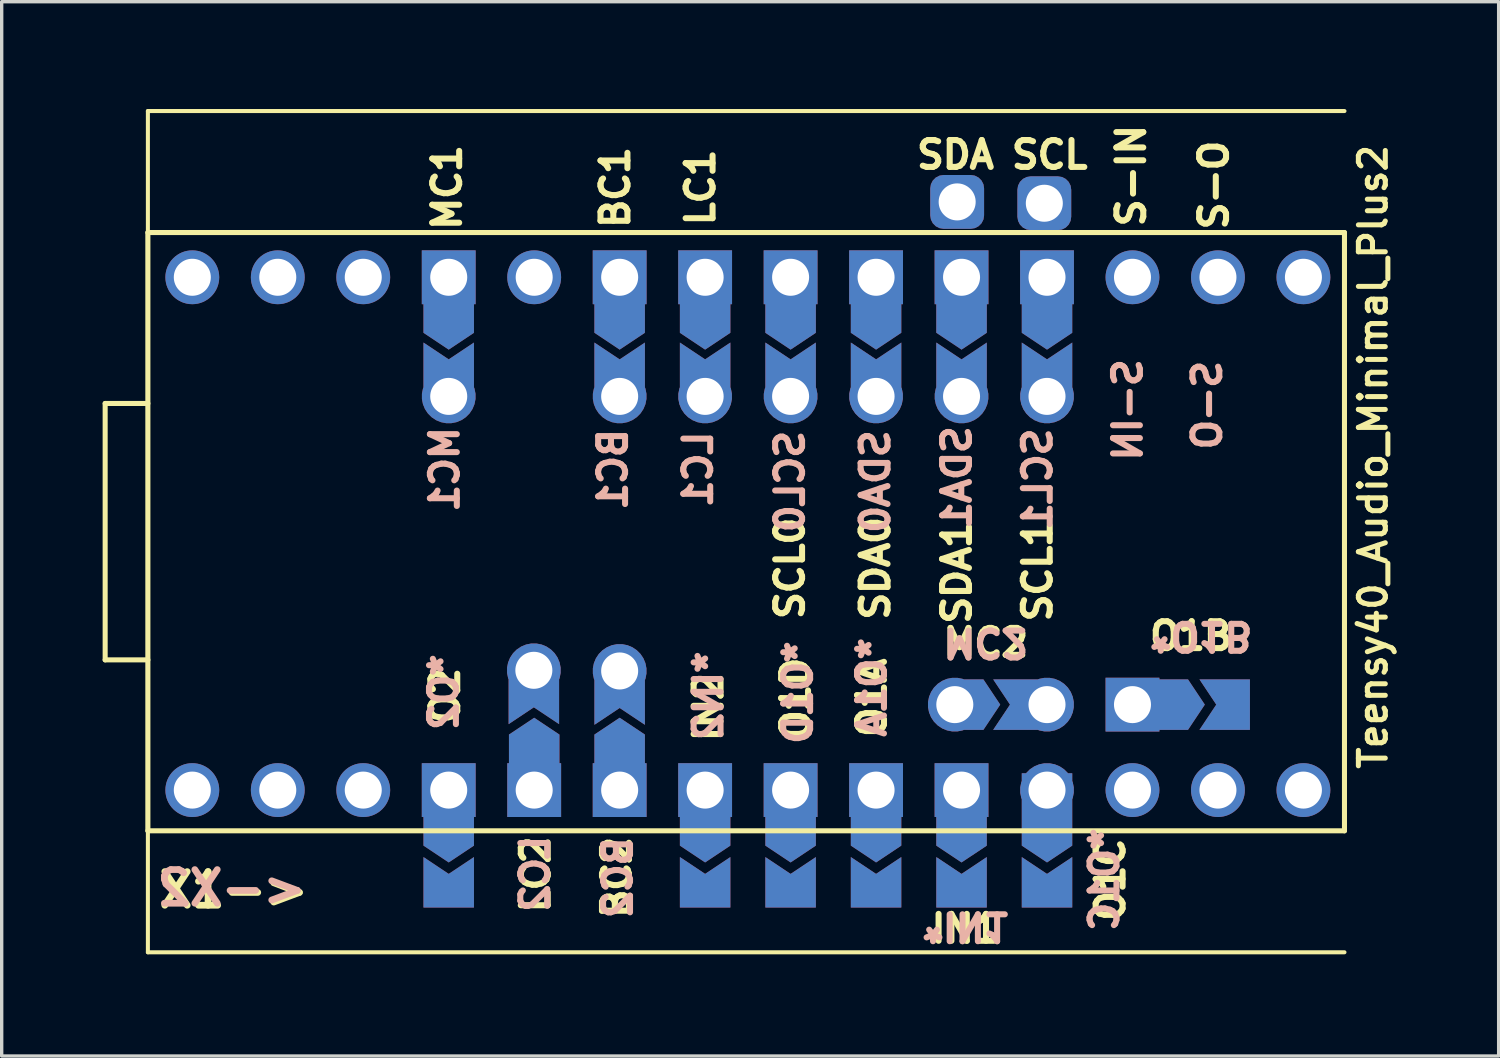
<source format=kicad_pcb>
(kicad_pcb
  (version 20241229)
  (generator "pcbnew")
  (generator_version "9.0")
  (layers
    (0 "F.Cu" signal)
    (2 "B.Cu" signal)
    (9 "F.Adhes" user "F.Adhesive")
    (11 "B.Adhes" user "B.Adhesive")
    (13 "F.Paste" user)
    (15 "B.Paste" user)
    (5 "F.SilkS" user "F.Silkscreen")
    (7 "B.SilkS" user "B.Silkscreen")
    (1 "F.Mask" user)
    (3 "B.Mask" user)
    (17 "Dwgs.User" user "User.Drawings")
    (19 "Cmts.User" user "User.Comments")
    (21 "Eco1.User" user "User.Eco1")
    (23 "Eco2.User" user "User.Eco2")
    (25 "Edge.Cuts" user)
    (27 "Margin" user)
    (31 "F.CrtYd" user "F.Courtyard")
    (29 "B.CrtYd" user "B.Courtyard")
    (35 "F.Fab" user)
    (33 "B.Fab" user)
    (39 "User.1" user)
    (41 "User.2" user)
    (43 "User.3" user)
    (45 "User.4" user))
  (footprint "Teensy40_Audio_Minimal_Plus2"
    (layer "F.Cu")
    (at 1.345 0.25)
    (property "Reference" "Teensy40_Audio_Minimal_Plus2" (at 36.411 10.277 270) (layer "F.SilkS") (effects (font (size 0.8 0.8) (thickness 0.15))))
    (attr through_hole)
    (fp_poly (pts (xy 8.255 6.16) (xy 9.652 6.223) (xy 9.652 7.62) (xy 8.255 7.556)) (stroke (width 0.1) (type solid)) (fill yes) (layer "F.Mask"))
    (fp_poly (pts (xy 9.632 23.576) (xy 8.235 23.576) (xy 8.235 21.544) (xy 9.632 21.544)) (stroke (width 0.1) (type solid)) (fill yes) (layer "F.Mask"))
    (fp_poly (pts (xy 10.795 17.462) (xy 12.192 17.526) (xy 12.192 18.923) (xy 10.795 18.86)) (stroke (width 0.1) (type solid)) (fill yes) (layer "F.Mask"))
    (fp_poly (pts (xy 13.335 6.096) (xy 14.732 6.16) (xy 14.732 7.556) (xy 13.335 7.493)) (stroke (width 0.1) (type solid)) (fill yes) (layer "F.Mask"))
    (fp_poly (pts (xy 13.335 17.447) (xy 14.732 17.511) (xy 14.732 18.908) (xy 13.335 18.844)) (stroke (width 0.1) (type solid)) (fill yes) (layer "F.Mask"))
    (fp_poly (pts (xy 15.875 6.16) (xy 17.272 6.223) (xy 17.272 7.62) (xy 15.875 7.556)) (stroke (width 0.1) (type solid)) (fill yes) (layer "F.Mask"))
    (fp_poly (pts (xy 17.272 23.622) (xy 15.875 23.622) (xy 15.875 21.59) (xy 17.272 21.59)) (stroke (width 0.1) (type solid)) (fill yes) (layer "F.Mask"))
    (fp_poly (pts (xy 18.415 6.223) (xy 19.812 6.287) (xy 19.812 7.684) (xy 18.415 7.62)) (stroke (width 0.1) (type solid)) (fill yes) (layer "F.Mask"))
    (fp_poly (pts (xy 19.812 23.622) (xy 18.415 23.622) (xy 18.415 21.59) (xy 19.812 21.59)) (stroke (width 0.1) (type solid)) (fill yes) (layer "F.Mask"))
    (fp_poly (pts (xy 20.955 6.223) (xy 22.352 6.287) (xy 22.352 7.684) (xy 20.955 7.62)) (stroke (width 0.1) (type solid)) (fill yes) (layer "F.Mask"))
    (fp_poly (pts (xy 22.352 23.622) (xy 20.955 23.622) (xy 20.955 21.59) (xy 22.352 21.59)) (stroke (width 0.1) (type solid)) (fill yes) (layer "F.Mask"))
    (fp_poly (pts (xy 23.495 6.096) (xy 24.892 6.16) (xy 24.892 7.556) (xy 23.495 7.493)) (stroke (width 0.1) (type solid)) (fill yes) (layer "F.Mask"))
    (fp_poly (pts (xy 24.892 23.622) (xy 23.495 23.622) (xy 23.495 21.59) (xy 24.892 21.59)) (stroke (width 0.1) (type solid)) (fill yes) (layer "F.Mask"))
    (fp_poly (pts (xy 25.971 16.954) (xy 25.908 18.352) (xy 24.511 18.352) (xy 24.575 16.954)) (stroke (width 0.1) (type solid)) (fill yes) (layer "F.Mask"))
    (fp_poly (pts (xy 26.035 6.223) (xy 27.432 6.287) (xy 27.432 7.684) (xy 26.035 7.62)) (stroke (width 0.1) (type solid)) (fill yes) (layer "F.Mask"))
    (fp_poly (pts (xy 27.396 23.332) (xy 25.999 23.332) (xy 25.999 21.3) (xy 27.396 21.3)) (stroke (width 0.1) (type solid)) (fill yes) (layer "F.Mask"))
    (fp_poly (pts (xy 31.941 16.954) (xy 31.877 18.352) (xy 30.48 18.352) (xy 30.544 16.954)) (stroke (width 0.1) (type solid)) (fill yes) (layer "F.Mask"))
    (fp_poly (pts (xy 8.255 6.16) (xy 9.652 6.223) (xy 9.652 7.62) (xy 8.255 7.556)) (stroke (width 0.1) (type solid)) (fill yes) (layer "B.Mask"))
    (fp_poly (pts (xy 9.632 23.576) (xy 8.235 23.576) (xy 8.235 21.544) (xy 9.632 21.544)) (stroke (width 0.1) (type solid)) (fill yes) (layer "B.Mask"))
    (fp_poly (pts (xy 10.795 17.462) (xy 12.192 17.526) (xy 12.192 18.923) (xy 10.795 18.86)) (stroke (width 0.1) (type solid)) (fill yes) (layer "B.Mask"))
    (fp_poly (pts (xy 13.284 17.455) (xy 14.681 17.518) (xy 14.681 18.915) (xy 13.284 18.852)) (stroke (width 0.1) (type solid)) (fill yes) (layer "B.Mask"))
    (fp_poly (pts (xy 13.335 6.096) (xy 14.732 6.16) (xy 14.732 7.556) (xy 13.335 7.493)) (stroke (width 0.1) (type solid)) (fill yes) (layer "B.Mask"))
    (fp_poly (pts (xy 15.875 6.16) (xy 17.272 6.223) (xy 17.272 7.62) (xy 15.875 7.556)) (stroke (width 0.1) (type solid)) (fill yes) (layer "B.Mask"))
    (fp_poly (pts (xy 17.272 23.622) (xy 15.875 23.622) (xy 15.875 21.59) (xy 17.272 21.59)) (stroke (width 0.1) (type solid)) (fill yes) (layer "B.Mask"))
    (fp_poly (pts (xy 18.415 6.223) (xy 19.812 6.287) (xy 19.812 7.684) (xy 18.415 7.62)) (stroke (width 0.1) (type solid)) (fill yes) (layer "B.Mask"))
    (fp_poly (pts (xy 19.812 23.622) (xy 18.415 23.622) (xy 18.415 21.59) (xy 19.812 21.59)) (stroke (width 0.1) (type solid)) (fill yes) (layer "B.Mask"))
    (fp_poly (pts (xy 20.955 6.223) (xy 22.352 6.287) (xy 22.352 7.684) (xy 20.955 7.62)) (stroke (width 0.1) (type solid)) (fill yes) (layer "B.Mask"))
    (fp_poly (pts (xy 22.352 23.622) (xy 20.955 23.622) (xy 20.955 21.59) (xy 22.352 21.59)) (stroke (width 0.1) (type solid)) (fill yes) (layer "B.Mask"))
    (fp_poly (pts (xy 23.495 6.096) (xy 24.892 6.16) (xy 24.892 7.556) (xy 23.495 7.493)) (stroke (width 0.1) (type solid)) (fill yes) (layer "B.Mask"))
    (fp_poly (pts (xy 24.892 23.622) (xy 23.495 23.622) (xy 23.495 21.59) (xy 24.892 21.59)) (stroke (width 0.1) (type solid)) (fill yes) (layer "B.Mask"))
    (fp_poly (pts (xy 25.971 16.954) (xy 25.908 18.352) (xy 24.511 18.352) (xy 24.575 16.954)) (stroke (width 0.1) (type solid)) (fill yes) (layer "B.Mask"))
    (fp_poly (pts (xy 26.035 6.223) (xy 27.432 6.287) (xy 27.432 7.684) (xy 26.035 7.62)) (stroke (width 0.1) (type solid)) (fill yes) (layer "B.Mask"))
    (fp_poly (pts (xy 27.396 23.368) (xy 25.999 23.368) (xy 25.999 21.336) (xy 27.396 21.336)) (stroke (width 0.1) (type solid)) (fill yes) (layer "B.Mask"))
    (fp_poly (pts (xy 31.941 16.954) (xy 31.877 18.352) (xy 30.48 18.352) (xy 30.544 16.954)) (stroke (width 0.1) (type solid)) (fill yes) (layer "B.Mask"))
    (fp_line (start -1.27 8.69) (end 0 8.69) (stroke (width 0.15) (type solid)) (layer "F.SilkS"))
    (fp_line (start -1.27 16.31) (end -1.27 8.69) (stroke (width 0.15) (type solid)) (layer "F.SilkS"))
    (fp_line (start 0 0) (end 0 25) (stroke (width 0.12) (type solid)) (layer "F.SilkS"))
    (fp_line (start 0 0) (end 35.56 0) (stroke (width 0.12) (type solid)) (layer "F.SilkS"))
    (fp_line (start 0 3.61) (end 0 21.39) (stroke (width 0.15) (type solid)) (layer "F.SilkS"))
    (fp_line (start 0 16.31) (end -1.27 16.31) (stroke (width 0.15) (type solid)) (layer "F.SilkS"))
    (fp_line (start 0 21.39) (end 35.56 21.39) (stroke (width 0.15) (type solid)) (layer "F.SilkS"))
    (fp_line (start 0 25) (end 35.56 25) (stroke (width 0.12) (type solid)) (layer "F.SilkS"))
    (fp_line (start 35.56 3.61) (end 0 3.61) (stroke (width 0.15) (type solid)) (layer "F.SilkS"))
    (fp_line (start 35.56 21.39) (end 35.56 3.61) (stroke (width 0.15) (type solid)) (layer "F.SilkS"))
    (fp_text user "SCL0" (at 19.08 13.59 90) (layer "F.SilkS") (effects (font (size 0.8 0.8) (thickness 0.18))))
    (fp_text user "X1->" (at 2.55 23.15 0) (layer "F.SilkS") (effects (font (size 1 1) (thickness 0.2))))
    (fp_text user "O1C" (at 28.605 22.84 90) (layer "F.SilkS") (effects (font (size 0.8 0.8) (thickness 0.18))))
    (fp_text user "SDA1" (at 24.04 13.71 90) (layer "F.SilkS") (effects (font (size 0.8 0.8) (thickness 0.18))))
    (fp_text user "S-IN" (at 29.22 1.92 90) (layer "F.SilkS") (effects (font (size 0.8 0.8) (thickness 0.18))))
    (fp_text user "SDA" (at 24 1.3 0) (layer "F.SilkS") (effects (font (size 0.8 0.8) (thickness 0.18))))
    (fp_text user "LC2" (at 11.521 22.687 90) (layer "F.SilkS") (effects (font (size 0.8 0.8) (thickness 0.18))))
    (fp_text user "O2" (at 8.833 17.37 90) (layer "F.SilkS") (effects (font (size 0.8 0.8) (thickness 0.18))))
    (fp_text user "IN1" (at 24.298 24.298 180) (layer "F.SilkS") (effects (font (size 0.8 0.8) (thickness 0.18))))
    (fp_text user "BC1" (at 13.89 2.27 90) (layer "F.SilkS") (effects (font (size 0.8 0.8) (thickness 0.18))))
    (fp_text user "O1D" (at 19.258 17.465 90) (layer "F.SilkS") (effects (font (size 0.8 0.8) (thickness 0.18))))
    (fp_text user "S-O" (at 31.68 2.2 90) (layer "F.SilkS") (effects (font (size 0.8 0.8) (thickness 0.18))))
    (fp_text user "IN2" (at 16.657 17.714 90) (layer "F.SilkS") (effects (font (size 0.8 0.8) (thickness 0.18))))
    (fp_text user "O1B" (at 31 15.6 0) (layer "F.SilkS") (effects (font (size 0.8 0.8) (thickness 0.18))))
    (fp_text user "BC2" (at 13.934 22.774 90) (layer "F.SilkS") (effects (font (size 0.8 0.8) (thickness 0.18))))
    (fp_text user "MC2" (at 24.9 15.8 0) (layer "F.SilkS") (effects (font (size 0.8 0.8) (thickness 0.18))))
    (fp_text user "SDA0" (at 21.62 13.59 90) (layer "F.SilkS") (effects (font (size 0.8 0.8) (thickness 0.18))))
    (fp_text user "SCL1" (at 26.44 13.66 90) (layer "F.SilkS") (effects (font (size 0.8 0.8) (thickness 0.18))))
    (fp_text user "LC1" (at 16.42 2.27 90) (layer "F.SilkS") (effects (font (size 0.8 0.8) (thickness 0.18))))
    (fp_text user "MC1" (at 8.89 2.27 90) (layer "F.SilkS") (effects (font (size 0.8 0.8) (thickness 0.18))))
    (fp_text user "SCL" (at 26.8 1.3 0) (layer "F.SilkS") (effects (font (size 0.8 0.8) (thickness 0.18))))
    (fp_text user "O1A" (at 21.514 17.435 90) (layer "F.SilkS") (effects (font (size 0.8 0.8) (thickness 0.18))))
    (fp_text user "LC1" (at 16.35 10.65 90) (layer "B.SilkS") (effects (font (size 0.8 0.8) (thickness 0.18)) (justify mirror)))
    (fp_text user "MC1" (at 8.82 10.65 90) (layer "B.SilkS") (effects (font (size 0.8 0.8) (thickness 0.18)) (justify mirror)))
    (fp_text user "<-X2" (at 2.49 23.09 0) (layer "B.SilkS") (effects (font (size 1 1) (thickness 0.2)) (justify mirror)))
    (fp_text user "*IN2" (at 16.657 17.374 90) (unlocked yes) (layer "B.SilkS") (effects (font (size 0.8 0.8) (thickness 0.18)) (justify mirror)))
    (fp_text user "BC2" (at 13.967 22.784 90) (layer "B.SilkS") (effects (font (size 0.8 0.8) (thickness 0.18)) (justify mirror)))
    (fp_text user "SCL0" (at 19.08 11.01 90) (layer "B.SilkS") (effects (font (size 0.8 0.8) (thickness 0.18)) (justify mirror)))
    (fp_text user "*O1C" (at 28.423 22.84 90) (layer "B.SilkS") (effects (font (size 0.8 0.8) (thickness 0.18)) (justify mirror)))
    (fp_text user "SDA1" (at 24.04 10.89 90) (layer "B.SilkS") (effects (font (size 0.8 0.8) (thickness 0.18)) (justify mirror)))
    (fp_text user "MC2" (at 24.9 15.8 180) (unlocked yes) (layer "B.SilkS") (effects (font (size 0.8 0.8) (thickness 0.18)) (justify mirror)))
    (fp_text user "*O2" (at 8.793 17.268 90) (layer "B.SilkS") (effects (font (size 0.8 0.8) (thickness 0.18)) (justify mirror)))
    (fp_text user "*O1A" (at 21.514 17.125 90) (layer "B.SilkS") (effects (font (size 0.8 0.8) (thickness 0.18)) (justify mirror)))
    (fp_text user "SCL1" (at 26.44 10.94 90) (layer "B.SilkS") (effects (font (size 0.8 0.8) (thickness 0.18)) (justify mirror)))
    (fp_text user "BC1" (at 13.82 10.65 90) (layer "B.SilkS") (effects (font (size 0.8 0.8) (thickness 0.18)) (justify mirror)))
    (fp_text user "*IN1" (at 24.323 24.232 180) (unlocked yes) (layer "B.SilkS") (effects (font (size 0.8 0.8) (thickness 0.18)) (justify mirror)))
    (fp_text user "*O1D" (at 19.319 17.282 90) (layer "B.SilkS") (effects (font (size 0.8 0.8) (thickness 0.18)) (justify mirror)))
    (fp_text user "S-IN" (at 29.12 8.88 90) (layer "B.SilkS") (effects (font (size 0.8 0.8) (thickness 0.18)) (justify mirror)))
    (fp_text user "S-O" (at 31.48 8.74 90) (layer "B.SilkS") (effects (font (size 0.8 0.8) (thickness 0.18)) (justify mirror)))
    (fp_text user "LC2" (at 11.506 22.667 90) (layer "B.SilkS") (effects (font (size 0.8 0.8) (thickness 0.18)) (justify mirror)))
    (fp_text user "*O1B" (at 31.3 15.6 180) (unlocked yes) (layer "B.SilkS") (effects (font (size 0.8 0.8) (thickness 0.18)) (justify mirror)))
    (fp_text user "SDA0" (at 21.62 11.01 90) (layer "B.SilkS") (effects (font (size 0.8 0.8) (thickness 0.18)) (justify mirror)))
    (pad "1" thru_hole circle (at 1.32 20.18) (size 1.6 1.6) (drill 1.1) (layers "*.Cu" "*.Mask"))
    (pad "2" thru_hole circle (at 3.86 20.18) (size 1.6 1.6) (drill 1.1) (layers "*.Cu" "*.Mask"))
    (pad "3" thru_hole circle (at 6.4 20.18 90) (size 1.6 1.6) (drill 1.1) (layers "*.Cu" "*.Mask"))
    (pad "4" thru_hole custom (at 8.94 20.18 90) (size 1.6 1.6) (drill 1.1) (layers "*.Cu" "*.Mask") (options (anchor rect)) (primitives (gr_poly (pts (xy -1.65 -0.75) (xy 0.5 -0.75) (xy 0.5 0.75) (xy -1.65 0.75) (xy -2.15 0)) (width 0) (fill yes))))
    (pad "5" thru_hole custom (at 11.48 20.18 270) (size 1.6 1.6) (drill 1.1) (layers "*.Cu" "*.Mask") (options (anchor rect)) (primitives (gr_poly (pts (xy -1.65 -0.75) (xy 0.5 -0.75) (xy 0.5 0.75) (xy -1.65 0.75) (xy -2.15 0)) (width 0) (fill yes))))
    (pad "6" thru_hole custom (at 14.02 20.18 270) (size 1.6 1.6) (drill 1.1) (layers "*.Cu" "*.Mask") (options (anchor rect)) (primitives (gr_poly (pts (xy -1.65 -0.75) (xy 0.5 -0.75) (xy 0.5 0.75) (xy -1.65 0.75) (xy -2.15 0)) (width 0) (fill yes))))
    (pad "7" thru_hole custom (at 16.56 20.18 90) (size 1.6 1.6) (drill 1.1) (layers "*.Cu" "*.Mask") (options (anchor rect)) (primitives (gr_poly (pts (xy -1.65 -0.75) (xy 0.5 -0.75) (xy 0.5 0.75) (xy -1.65 0.75) (xy -2.15 0)) (width 0) (fill yes))))
    (pad "8" thru_hole custom (at 19.1 20.18 90) (size 1.6 1.6) (drill 1.1) (layers "*.Cu" "*.Mask") (options (anchor rect)) (primitives (gr_poly (pts (xy -1.65 -0.75) (xy 0.5 -0.75) (xy 0.5 0.75) (xy -1.65 0.75) (xy -2.15 0)) (width 0) (fill yes))))
    (pad "9" thru_hole custom (at 21.64 20.18 90) (size 1.6 1.6) (drill 1.1) (layers "*.Cu" "*.Mask") (options (anchor rect)) (primitives (gr_poly (pts (xy -1.65 -0.75) (xy 0.5 -0.75) (xy 0.5 0.75) (xy -1.65 0.75) (xy -2.15 0)) (width 0) (fill yes))))
    (pad "10" thru_hole custom (at 24.18 20.18 90) (size 1.6 1.6) (drill 1.1) (layers "*.Cu" "*.Mask") (options (anchor rect)) (primitives (gr_poly (pts (xy -1.65 -0.75) (xy 0.5 -0.75) (xy 0.5 0.75) (xy -1.65 0.75) (xy -2.15 0)) (width 0) (fill yes))))
    (pad "11" thru_hole custom (at 26.72 20.18 90) (size 1.6 1.6) (drill 1.1) (layers "*.Cu" "*.Mask") (options (anchor circle)) (primitives (gr_poly (pts (xy -1.65 -0.75) (xy 0.5 -0.75) (xy 0.5 0.75) (xy -1.65 0.75) (xy -2.15 0)) (width 0) (fill yes))))
    (pad "12" thru_hole circle (at 29.26 20.18) (size 1.6 1.6) (drill 1.1) (layers "*.Cu" "*.Mask"))
    (pad "13" thru_hole circle (at 31.8 20.18) (size 1.6 1.6) (drill 1.1) (layers "*.Cu" "*.Mask"))
    (pad "14" thru_hole circle (at 34.34 20.18) (size 1.6 1.6) (drill 1.1) (layers "*.Cu" "*.Mask"))
    (pad "20" thru_hole circle (at 34.34 4.94) (size 1.6 1.6) (drill 1.1) (layers "*.Cu" "*.Mask"))
    (pad "21" thru_hole circle (at 31.8 4.94) (size 1.6 1.6) (drill 1.1) (layers "*.Cu" "*.Mask"))
    (pad "22" thru_hole circle (at 29.26 4.94) (size 1.6 1.6) (drill 1.1) (layers "*.Cu" "*.Mask"))
    (pad "23" thru_hole custom (at 26.72 4.94 90) (size 1.6 1.6) (drill 1.1) (layers "*.Cu" "*.Mask") (options (anchor rect)) (primitives (gr_poly (pts (xy -1.65 -0.75) (xy 0.5 -0.75) (xy 0.5 0.75) (xy -1.65 0.75) (xy -2.15 0)) (width 0) (fill yes))))
    (pad "24" thru_hole custom (at 24.18 4.94 90) (size 1.6 1.6) (drill 1.1) (layers "*.Cu" "*.Mask") (options (anchor rect)) (primitives (gr_poly (pts (xy -1.65 -0.75) (xy 0.5 -0.75) (xy 0.5 0.75) (xy -1.65 0.75) (xy -2.15 0)) (width 0) (fill yes))))
    (pad "25" thru_hole custom (at 21.64 4.94 90) (size 1.6 1.6) (drill 1.1) (layers "*.Cu" "*.Mask") (options (anchor rect)) (primitives (gr_poly (pts (xy -1.65 -0.75) (xy 0.5 -0.75) (xy 0.5 0.75) (xy -1.65 0.75) (xy -2.15 0)) (width 0) (fill yes))))
    (pad "26" thru_hole custom (at 19.1 4.94 90) (size 1.6 1.6) (drill 1.1) (layers "*.Cu" "*.Mask") (options (anchor rect)) (primitives (gr_poly (pts (xy -1.65 -0.75) (xy 0.5 -0.75) (xy 0.5 0.75) (xy -1.65 0.75) (xy -2.15 0)) (width 0) (fill yes))))
    (pad "27" thru_hole custom (at 16.56 4.94 90) (size 1.6 1.6) (drill 1.1) (layers "*.Cu" "*.Mask") (options (anchor rect)) (primitives (gr_poly (pts (xy -1.65 -0.75) (xy 0.5 -0.75) (xy 0.5 0.75) (xy -1.65 0.75) (xy -2.15 0)) (width 0) (fill yes))))
    (pad "28" thru_hole custom (at 14.02 4.94 90) (size 1.6 1.6) (drill 1.1) (layers "*.Cu" "*.Mask") (options (anchor rect)) (primitives (gr_poly (pts (xy -1.65 -0.75) (xy 0.5 -0.75) (xy 0.5 0.75) (xy -1.65 0.75) (xy -2.15 0)) (width 0) (fill yes))))
    (pad "29" thru_hole circle (at 11.48 4.94) (size 1.6 1.6) (drill 1.1) (layers "*.Cu" "*.Mask"))
    (pad "30" thru_hole custom (at 8.94 4.94 90) (size 1.6 1.6) (drill 1.1) (layers "*.Cu" "*.Mask") (options (anchor rect)) (primitives (gr_poly (pts (xy -1.65 -0.75) (xy 0.5 -0.75) (xy 0.5 0.75) (xy -1.65 0.75) (xy -2.15 0)) (width 0) (fill yes))))
    (pad "31" thru_hole circle (at 6.4 4.94) (size 1.6 1.6) (drill 1.1) (layers "*.Cu" "*.Mask"))
    (pad "32" thru_hole circle (at 3.86 4.94) (size 1.6 1.6) (drill 1.1) (layers "*.Cu" "*.Mask"))
    (pad "33" thru_hole circle (at 1.32 4.94) (size 1.6 1.6) (drill 1.1) (layers "*.Cu" "*.Mask"))
    (pad "43" thru_hole custom (at 29.26 17.64 180) (size 1.6 1.6) (drill 1.1) (layers "*.Cu" "*.Mask") (options (anchor rect)) (primitives (gr_poly (pts (xy -1.65 -0.75) (xy 0.5 -0.75) (xy 0.5 0.75) (xy -1.65 0.75) (xy -2.15 0)) (width 0) (fill yes))))
    (pad "44" thru_hole custom (at 26.72 17.64) (size 1.6 1.6) (drill 1.1) (layers "*.Cu" "*.Mask") (options (anchor circle)) (primitives (gr_poly (pts (xy -1.6 -0.75) (xy 0.25 -0.75) (xy 0.25 0.75) (xy -1.6 0.75) (xy -1.1 0)) (width 0) (fill yes))))
    (pad "C1" thru_hole custom (at 21.64 8.48 270) (size 1.6 1.6) (drill 1.1) (layers "*.Cu" "*.Mask") (options (anchor circle)) (primitives (gr_poly (pts (xy -1.6 -0.75) (xy 0.25 -0.75) (xy 0.25 0.75) (xy -1.6 0.75) (xy -1.1 0)) (width 0) (fill yes))))
    (pad "C1" thru_hole roundrect (at 24.05 2.7) (size 1.6 1.6) (drill 1.1) (layers "*.Cu" "*.Mask") (roundrect_rratio 0.25))
    (pad "C1" thru_hole custom (at 24.18 8.48 270) (size 1.6 1.6) (drill 1.1) (layers "*.Cu" "*.Mask") (options (anchor circle)) (primitives (gr_poly (pts (xy -1.6 -0.75) (xy 0.25 -0.75) (xy 0.25 0.75) (xy -1.6 0.75) (xy -1.1 0)) (width 0) (fill yes))))
    (pad "C2" thru_hole custom (at 19.1 8.48 270) (size 1.6 1.6) (drill 1.1) (layers "*.Cu" "*.Mask") (options (anchor circle)) (primitives (gr_poly (pts (xy -1.6 -0.75) (xy 0.25 -0.75) (xy 0.25 0.75) (xy -1.6 0.75) (xy -1.1 0)) (width 0) (fill yes))))
    (pad "C2" thru_hole roundrect (at 26.64 2.74) (size 1.6 1.6) (drill 1.1) (layers "*.Cu" "*.Mask") (roundrect_rratio 0.25))
    (pad "C2" thru_hole custom (at 26.72 8.48 270) (size 1.6 1.6) (drill 1.1) (layers "*.Cu" "*.Mask") (options (anchor circle)) (primitives (gr_poly (pts (xy -1.6 -0.75) (xy 0.25 -0.75) (xy 0.25 0.75) (xy -1.6 0.75) (xy -1.1 0)) (width 0) (fill yes))))
    (pad "S1" thru_hole custom (at 8.94 8.48 270) (size 1.6 1.6) (drill 1.1) (layers "*.Cu" "*.Mask") (options (anchor circle)) (primitives (gr_poly (pts (xy -1.6 -0.75) (xy 0.25 -0.75) (xy 0.25 0.75) (xy -1.6 0.75) (xy -1.1 0)) (width 0) (fill yes))))
    (pad "S1" thru_hole custom (at 23.98 17.64 180) (size 1.6 1.6) (drill 1.1) (layers "*.Cu" "*.Mask") (options (anchor circle)) (primitives (gr_poly (pts (xy -0.85 -0.75) (xy 0.25 -0.75) (xy 0.25 0.75) (xy -0.85 0.75) (xy -1.35 0)) (width 0) (fill yes))))
    (pad "S2" thru_hole custom (at 11.47 16.62 90) (size 1.6 1.6) (drill 1.1) (layers "*.Cu" "*.Mask") (options (anchor circle)) (primitives (gr_poly (pts (xy -1.6 -0.75) (xy 0.25 -0.75) (xy 0.25 0.75) (xy -1.6 0.75) (xy -1.1 0)) (width 0) (fill yes))))
    (pad "S2" thru_hole custom (at 16.56 8.48 270) (size 1.6 1.6) (drill 1.1) (layers "*.Cu" "*.Mask") (options (anchor circle)) (primitives (gr_poly (pts (xy -1.6 -0.75) (xy 0.25 -0.75) (xy 0.25 0.75) (xy -1.6 0.75) (xy -1.1 0)) (width 0) (fill yes))))
    (pad "S3" thru_hole custom (at 14.02 8.48 270) (size 1.6 1.6) (drill 1.1) (layers "*.Cu" "*.Mask") (options (anchor circle)) (primitives (gr_poly (pts (xy -1.6 -0.75) (xy 0.25 -0.75) (xy 0.25 0.75) (xy -1.6 0.75) (xy -1.1 0)) (width 0) (fill yes))))
    (pad "S3" thru_hole custom (at 14.02 16.64 90) (size 1.6 1.6) (drill 1.1) (layers "*.Cu" "*.Mask") (options (anchor circle)) (primitives (gr_poly (pts (xy -1.6 -0.75) (xy 0.25 -0.75) (xy 0.25 0.75) (xy -1.6 0.75) (xy -1.1 0)) (width 0) (fill yes))))
    (pad "X1" smd custom (at 8.94 22.92 270) (size 0.5 0.5) (layers "F.Cu" "F.Mask") (options (anchor rect)) (primitives (gr_poly (pts (xy -0.75 -0.75) (xy 0.75 -0.75) (xy 0.75 0.75) (xy -0.75 0.75) (xy -0.25 0)) (width 0) (fill yes))))
    (pad "X1" smd custom (at 16.56 22.92 270) (size 0.5 1.5) (layers "F.Cu" "F.Mask") (options (anchor rect)) (primitives (gr_poly (pts (xy -0.75 -0.75) (xy 0.75 -0.75) (xy 0.75 0.75) (xy -0.75 0.75) (xy -0.25 0)) (width 0) (fill yes))))
    (pad "X1" smd custom (at 19.1 22.92 270) (size 0.5 1.5) (layers "F.Cu" "F.Mask") (options (anchor rect)) (primitives (gr_poly (pts (xy -0.75 -0.75) (xy 0.75 -0.75) (xy 0.75 0.75) (xy -0.75 0.75) (xy -0.25 0)) (width 0) (fill yes))))
    (pad "X1" smd custom (at 21.64 22.92 270) (size 0.5 1.5) (layers "F.Cu" "F.Mask") (options (anchor rect)) (primitives (gr_poly (pts (xy -0.75 -0.75) (xy 0.75 -0.75) (xy 0.75 0.75) (xy -0.75 0.75) (xy -0.25 0)) (width 0) (fill yes))))
    (pad "X1" smd custom (at 24.18 22.92 270) (size 0.5 1.5) (layers "F.Cu" "F.Mask") (options (anchor rect)) (primitives (gr_poly (pts (xy -0.75 -0.75) (xy 0.75 -0.75) (xy 0.75 0.75) (xy -0.75 0.75) (xy -0.25 0)) (width 0) (fill yes))))
    (pad "X1" smd custom (at 26.72 22.92 270) (size 0.5 1.5) (layers "F.Cu" "F.Mask") (options (anchor rect)) (primitives (gr_poly (pts (xy -0.75 -0.75) (xy 0.75 -0.75) (xy 0.75 0.75) (xy -0.75 0.75) (xy -0.25 0)) (width 0) (fill yes))))
    (pad "X1" smd custom (at 32 17.64) (size 0.5 1.5) (layers "F.Cu" "F.Mask") (options (anchor rect)) (primitives (gr_poly (pts (xy -0.75 -0.75) (xy 0.75 -0.75) (xy 0.75 0.75) (xy -0.75 0.75) (xy -0.25 0)) (width 0) (fill yes))))
    (pad "X2" smd custom (at 8.94 22.92 270) (size 0.5 1.5) (layers "B.Cu" "B.Mask") (options (anchor rect)) (primitives (gr_poly (pts (xy -0.75 -0.75) (xy 0.75 -0.75) (xy 0.75 0.75) (xy -0.75 0.75) (xy -0.25 0)) (width 0) (fill yes))))
    (pad "X2" smd custom (at 16.56 22.92 270) (size 0.5 1.5) (layers "B.Cu" "B.Mask") (options (anchor rect)) (primitives (gr_poly (pts (xy -0.75 -0.75) (xy 0.75 -0.75) (xy 0.75 0.75) (xy -0.75 0.75) (xy -0.25 0)) (width 0) (fill yes))))
    (pad "X2" smd custom (at 19.1 22.92 270) (size 0.5 1.5) (layers "B.Cu" "B.Mask") (options (anchor rect)) (primitives (gr_poly (pts (xy -0.75 -0.75) (xy 0.75 -0.75) (xy 0.75 0.75) (xy -0.75 0.75) (xy -0.25 0)) (width 0) (fill yes))))
    (pad "X2" smd custom (at 21.64 22.92 270) (size 0.5 1.5) (layers "B.Cu" "B.Mask") (options (anchor rect)) (primitives (gr_poly (pts (xy -0.75 -0.75) (xy 0.75 -0.75) (xy 0.75 0.75) (xy -0.75 0.75) (xy -0.25 0)) (width 0) (fill yes))))
    (pad "X2" smd custom (at 24.18 22.92 270) (size 0.5 1.5) (layers "B.Cu" "B.Mask") (options (anchor rect)) (primitives (gr_poly (pts (xy -0.75 -0.75) (xy 0.75 -0.75) (xy 0.75 0.75) (xy -0.75 0.75) (xy -0.25 0)) (width 0) (fill yes))))
    (pad "X2" smd custom (at 26.72 22.92 270) (size 0.5 1.5) (layers "B.Cu" "B.Mask") (options (anchor rect)) (primitives (gr_poly (pts (xy -0.75 -0.75) (xy 0.75 -0.75) (xy 0.75 0.75) (xy -0.75 0.75) (xy -0.25 0)) (width 0) (fill yes))))
    (pad "X2" smd custom (at 32 17.64) (size 0.5 1.5) (layers "B.Cu" "B.Mask") (options (anchor rect)) (primitives (gr_poly (pts (xy -0.75 -0.75) (xy 0.75 -0.75) (xy 0.75 0.75) (xy -0.75 0.75) (xy -0.25 0)) (width 0) (fill yes)))))
  (gr_rect
    (start -3 -3)
    (end 41.487 28.332)
    (stroke (width 0.1) (type default))
    (fill no)
    (layer "Edge.Cuts")))
</source>
